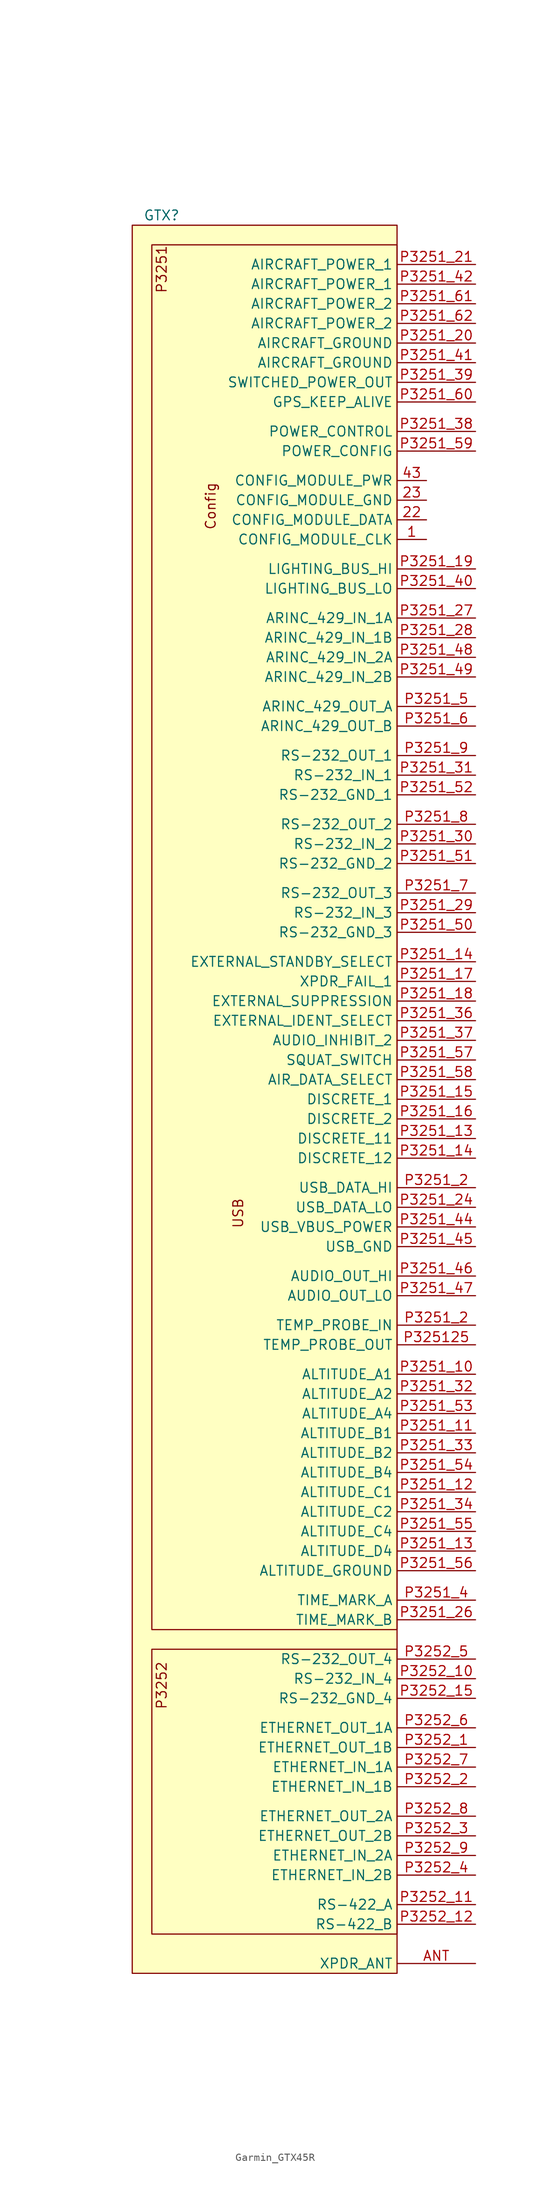
<source format=kicad_sym>
(kicad_symbol_lib
  (version 20241209)
  (generator "kicad_symbol_editor")
  (generator_version "9.0")
  (symbol "Garmin_GTX45R"
    (property "Reference" "GTX"
      (at 3.81 1.27 0)
      (effects (font (size 1.27 1.27))))
    (property "Value" ""
      (at -7.62 0 0)
      (effects (font (size 1.27 1.27))))
    (symbol "Garmin_GTX45R_1_1"
      (rectangle (start 0 0) (end 34.29 -226.06) (stroke (width 0) (type default)) (fill (type background)))
      (rectangle (start 2.54 -2.54) (end 34.29 -181.61) (stroke (width 0) (type default)) (fill (type background)))
      (rectangle (start 2.54 -184.15) (end 34.29 -220.98) (stroke (width 0) (type default)) (fill (type background)))
      (text "P3251" (at 3.81 -2.54 900) (effects (font (size 1.27 1.27)) (justify right)))
      (text "P3252" (at 3.81 -185.674 900) (effects (font (size 1.27 1.27)) (justify right)))
      (text "Config" (at 10.16 -36.322 900) (effects (font (size 1.27 1.27))))
      (text "USB" (at 13.716 -127.762 900) (effects (font (size 1.27 1.27))))
      (pin power_out line (at 38.1 -33.02 180) (length 3.81) (name "CONFIG_MODULE_PWR" (effects (font (size 1.27 1.27)))) (number "43" (effects (font (size 1.27 1.27)))))
      (pin passive line (at 38.1 -35.56 180) (length 3.81) (name "CONFIG_MODULE_GND" (effects (font (size 1.27 1.27)))) (number "23" (effects (font (size 1.27 1.27)))))
      (pin bidirectional line (at 38.1 -38.1 180) (length 3.81) (name "CONFIG_MODULE_DATA" (effects (font (size 1.27 1.27)))) (number "22" (effects (font (size 1.27 1.27)))))
      (pin output line (at 38.1 -40.64 180) (length 3.81) (name "CONFIG_MODULE_CLK" (effects (font (size 1.27 1.27)))) (number "1" (effects (font (size 1.27 1.27)))))
      (pin power_in line (at 44.45 -5.08 180) (length 10.16) (name "AIRCRAFT_POWER_1" (effects (font (size 1.27 1.27)))) (number "P3251_21" (effects (font (size 1.27 1.27)))))
      (pin power_in line (at 44.45 -7.62 180) (length 10.16) (name "AIRCRAFT_POWER_1" (effects (font (size 1.27 1.27)))) (number "P3251_42" (effects (font (size 1.27 1.27)))))
      (pin power_in line (at 44.45 -10.16 180) (length 10.16) (name "AIRCRAFT_POWER_2" (effects (font (size 1.27 1.27)))) (number "P3251_61" (effects (font (size 1.27 1.27)))))
      (pin power_in line (at 44.45 -12.7 180) (length 10.16) (name "AIRCRAFT_POWER_2" (effects (font (size 1.27 1.27)))) (number "P3251_62" (effects (font (size 1.27 1.27)))))
      (pin passive line (at 44.45 -15.24 180) (length 10.16) (name "AIRCRAFT_GROUND" (effects (font (size 1.27 1.27)))) (number "P3251_20" (effects (font (size 1.27 1.27)))))
      (pin passive line (at 44.45 -17.78 180) (length 10.16) (name "AIRCRAFT_GROUND" (effects (font (size 1.27 1.27)))) (number "P3251_41" (effects (font (size 1.27 1.27)))))
      (pin power_out line (at 44.45 -20.32 180) (length 10.16) (name "SWITCHED_POWER_OUT" (effects (font (size 1.27 1.27)))) (number "P3251_39" (effects (font (size 1.27 1.27)))))
      (pin input line (at 44.45 -22.86 180) (length 10.16) (name "GPS_KEEP_ALIVE" (effects (font (size 1.27 1.27)))) (number "P3251_60" (effects (font (size 1.27 1.27)))))
      (pin input line (at 44.45 -26.67 180) (length 10.16) (name "POWER_CONTROL" (effects (font (size 1.27 1.27)))) (number "P3251_38" (effects (font (size 1.27 1.27)))))
      (pin input line (at 44.45 -29.21 180) (length 10.16) (name "POWER_CONFIG" (effects (font (size 1.27 1.27)))) (number "P3251_59" (effects (font (size 1.27 1.27)))))
      (pin input line (at 44.45 -44.45 180) (length 10.16) (name "LIGHTING_BUS_HI" (effects (font (size 1.27 1.27)))) (number "P3251_19" (effects (font (size 1.27 1.27)))))
      (pin passive line (at 44.45 -46.99 180) (length 10.16) (name "LIGHTING_BUS_LO" (effects (font (size 1.27 1.27)))) (number "P3251_40" (effects (font (size 1.27 1.27)))))
      (pin input line (at 44.45 -50.8 180) (length 10.16) (name "ARINC_429_IN_1A" (effects (font (size 1.27 1.27)))) (number "P3251_27" (effects (font (size 1.27 1.27)))))
      (pin input line (at 44.45 -53.34 180) (length 10.16) (name "ARINC_429_IN_1B" (effects (font (size 1.27 1.27)))) (number "P3251_28" (effects (font (size 1.27 1.27)))))
      (pin input line (at 44.45 -55.88 180) (length 10.16) (name "ARINC_429_IN_2A" (effects (font (size 1.27 1.27)))) (number "P3251_48" (effects (font (size 1.27 1.27)))))
      (pin input line (at 44.45 -58.42 180) (length 10.16) (name "ARINC_429_IN_2B" (effects (font (size 1.27 1.27)))) (number "P3251_49" (effects (font (size 1.27 1.27)))))
      (pin output line (at 44.45 -62.23 180) (length 10.16) (name "ARINC_429_OUT_A" (effects (font (size 1.27 1.27)))) (number "P3251_5" (effects (font (size 1.27 1.27)))))
      (pin output line (at 44.45 -64.77 180) (length 10.16) (name "ARINC_429_OUT_B" (effects (font (size 1.27 1.27)))) (number "P3251_6" (effects (font (size 1.27 1.27)))))
      (pin output line (at 44.45 -68.58 180) (length 10.16) (name "RS-232_OUT_1" (effects (font (size 1.27 1.27)))) (number "P3251_9" (effects (font (size 1.27 1.27)))))
      (pin input line (at 44.45 -71.12 180) (length 10.16) (name "RS-232_IN_1" (effects (font (size 1.27 1.27)))) (number "P3251_31" (effects (font (size 1.27 1.27)))))
      (pin passive line (at 44.45 -73.66 180) (length 10.16) (name "RS-232_GND_1" (effects (font (size 1.27 1.27)))) (number "P3251_52" (effects (font (size 1.27 1.27)))))
      (pin output line (at 44.45 -77.47 180) (length 10.16) (name "RS-232_OUT_2" (effects (font (size 1.27 1.27)))) (number "P3251_8" (effects (font (size 1.27 1.27)))))
      (pin input line (at 44.45 -80.01 180) (length 10.16) (name "RS-232_IN_2" (effects (font (size 1.27 1.27)))) (number "P3251_30" (effects (font (size 1.27 1.27)))))
      (pin passive line (at 44.45 -82.55 180) (length 10.16) (name "RS-232_GND_2" (effects (font (size 1.27 1.27)))) (number "P3251_51" (effects (font (size 1.27 1.27)))))
      (pin output line (at 44.45 -86.36 180) (length 10.16) (name "RS-232_OUT_3" (effects (font (size 1.27 1.27)))) (number "P3251_7" (effects (font (size 1.27 1.27)))))
      (pin input line (at 44.45 -88.9 180) (length 10.16) (name "RS-232_IN_3" (effects (font (size 1.27 1.27)))) (number "P3251_29" (effects (font (size 1.27 1.27)))))
      (pin passive line (at 44.45 -91.44 180) (length 10.16) (name "RS-232_GND_3" (effects (font (size 1.27 1.27)))) (number "P3251_50" (effects (font (size 1.27 1.27)))))
      (pin input line (at 44.45 -95.25 180) (length 10.16) (name "EXTERNAL_STANDBY_SELECT" (effects (font (size 1.27 1.27)))) (number "P3251_14" (effects (font (size 1.27 1.27)))))
      (pin output line (at 44.45 -97.79 180) (length 10.16) (name "XPDR_FAIL_1" (effects (font (size 1.27 1.27)))) (number "P3251_17" (effects (font (size 1.27 1.27)))))
      (pin bidirectional line (at 44.45 -100.33 180) (length 10.16) (name "EXTERNAL_SUPPRESSION" (effects (font (size 1.27 1.27)))) (number "P3251_18" (effects (font (size 1.27 1.27)))))
      (pin input line (at 44.45 -102.87 180) (length 10.16) (name "EXTERNAL_IDENT_SELECT" (effects (font (size 1.27 1.27)))) (number "P3251_36" (effects (font (size 1.27 1.27)))))
      (pin input line (at 44.45 -105.41 180) (length 10.16) (name "AUDIO_INHIBIT_2" (effects (font (size 1.27 1.27)))) (number "P3251_37" (effects (font (size 1.27 1.27)))))
      (pin input line (at 44.45 -107.95 180) (length 10.16) (name "SQUAT_SWITCH" (effects (font (size 1.27 1.27)))) (number "P3251_57" (effects (font (size 1.27 1.27)))))
      (pin input line (at 44.45 -110.49 180) (length 10.16) (name "AIR_DATA_SELECT" (effects (font (size 1.27 1.27)))) (number "P3251_58" (effects (font (size 1.27 1.27)))))
      (pin bidirectional line (at 44.45 -113.03 180) (length 10.16) (name "DISCRETE_1" (effects (font (size 1.27 1.27)))) (number "P3251_15" (effects (font (size 1.27 1.27)))))
      (pin bidirectional line (at 44.45 -115.57 180) (length 10.16) (name "DISCRETE_2" (effects (font (size 1.27 1.27)))) (number "P3251_16" (effects (font (size 1.27 1.27)))))
      (pin bidirectional line (at 44.45 -118.11 180) (length 10.16) (name "DISCRETE_11" (effects (font (size 1.27 1.27)))) (number "P3251_13" (effects (font (size 1.27 1.27)))))
      (pin bidirectional line (at 44.45 -120.65 180) (length 10.16) (name "DISCRETE_12" (effects (font (size 1.27 1.27)))) (number "P3251_14" (effects (font (size 1.27 1.27)))))
      (pin bidirectional line (at 44.45 -124.46 180) (length 10.16) (name "USB_DATA_HI" (effects (font (size 1.27 1.27)))) (number "P3251_2" (effects (font (size 1.27 1.27)))))
      (pin bidirectional line (at 44.45 -127 180) (length 10.16) (name "USB_DATA_LO" (effects (font (size 1.27 1.27)))) (number "P3251_24" (effects (font (size 1.27 1.27)))))
      (pin power_in line (at 44.45 -129.54 180) (length 10.16) (name "USB_VBUS_POWER" (effects (font (size 1.27 1.27)))) (number "P3251_44" (effects (font (size 1.27 1.27)))))
      (pin passive line (at 44.45 -132.08 180) (length 10.16) (name "USB_GND" (effects (font (size 1.27 1.27)))) (number "P3251_45" (effects (font (size 1.27 1.27)))))
      (pin output line (at 44.45 -135.89 180) (length 10.16) (name "AUDIO_OUT_HI" (effects (font (size 1.27 1.27)))) (number "P3251_46" (effects (font (size 1.27 1.27)))))
      (pin passive line (at 44.45 -138.43 180) (length 10.16) (name "AUDIO_OUT_LO" (effects (font (size 1.27 1.27)))) (number "P3251_47" (effects (font (size 1.27 1.27)))))
      (pin input line (at 44.45 -142.24 180) (length 10.16) (name "TEMP_PROBE_IN" (effects (font (size 1.27 1.27)))) (number "P3251_2" (effects (font (size 1.27 1.27)))))
      (pin output line (at 44.45 -144.78 180) (length 10.16) (name "TEMP_PROBE_OUT" (effects (font (size 1.27 1.27)))) (number "P325125" (effects (font (size 1.27 1.27)))))
      (pin input line (at 44.45 -148.59 180) (length 10.16) (name "ALTITUDE_A1" (effects (font (size 1.27 1.27)))) (number "P3251_10" (effects (font (size 1.27 1.27)))))
      (pin input line (at 44.45 -151.13 180) (length 10.16) (name "ALTITUDE_A2" (effects (font (size 1.27 1.27)))) (number "P3251_32" (effects (font (size 1.27 1.27)))))
      (pin input line (at 44.45 -153.67 180) (length 10.16) (name "ALTITUDE_A4" (effects (font (size 1.27 1.27)))) (number "P3251_53" (effects (font (size 1.27 1.27)))))
      (pin input line (at 44.45 -156.21 180) (length 10.16) (name "ALTITUDE_B1" (effects (font (size 1.27 1.27)))) (number "P3251_11" (effects (font (size 1.27 1.27)))))
      (pin input line (at 44.45 -158.75 180) (length 10.16) (name "ALTITUDE_B2" (effects (font (size 1.27 1.27)))) (number "P3251_33" (effects (font (size 1.27 1.27)))))
      (pin input line (at 44.45 -161.29 180) (length 10.16) (name "ALTITUDE_B4" (effects (font (size 1.27 1.27)))) (number "P3251_54" (effects (font (size 1.27 1.27)))))
      (pin input line (at 44.45 -163.83 180) (length 10.16) (name "ALTITUDE_C1" (effects (font (size 1.27 1.27)))) (number "P3251_12" (effects (font (size 1.27 1.27)))))
      (pin input line (at 44.45 -166.37 180) (length 10.16) (name "ALTITUDE_C2" (effects (font (size 1.27 1.27)))) (number "P3251_34" (effects (font (size 1.27 1.27)))))
      (pin input line (at 44.45 -168.91 180) (length 10.16) (name "ALTITUDE_C4" (effects (font (size 1.27 1.27)))) (number "P3251_55" (effects (font (size 1.27 1.27)))))
      (pin input line (at 44.45 -171.45 180) (length 10.16) (name "ALTITUDE_D4" (effects (font (size 1.27 1.27)))) (number "P3251_13" (effects (font (size 1.27 1.27)))))
      (pin passive line (at 44.45 -173.99 180) (length 10.16) (name "ALTITUDE_GROUND" (effects (font (size 1.27 1.27)))) (number "P3251_56" (effects (font (size 1.27 1.27)))))
      (pin output line (at 44.45 -177.8 180) (length 10.16) (name "TIME_MARK_A" (effects (font (size 1.27 1.27)))) (number "P3251_4" (effects (font (size 1.27 1.27)))))
      (pin output line (at 44.45 -180.34 180) (length 10.16) (name "TIME_MARK_B" (effects (font (size 1.27 1.27)))) (number "P3251_26" (effects (font (size 1.27 1.27)))))
      (pin output line (at 44.45 -185.42 180) (length 10.16) (name "RS-232_OUT_4" (effects (font (size 1.27 1.27)))) (number "P3252_5" (effects (font (size 1.27 1.27)))))
      (pin input line (at 44.45 -187.96 180) (length 10.16) (name "RS-232_IN_4" (effects (font (size 1.27 1.27)))) (number "P3252_10" (effects (font (size 1.27 1.27)))))
      (pin passive line (at 44.45 -190.5 180) (length 10.16) (name "RS-232_GND_4" (effects (font (size 1.27 1.27)))) (number "P3252_15" (effects (font (size 1.27 1.27)))))
      (pin output line (at 44.45 -194.31 180) (length 10.16) (name "ETHERNET_OUT_1A" (effects (font (size 1.27 1.27)))) (number "P3252_6" (effects (font (size 1.27 1.27)))))
      (pin output line (at 44.45 -196.85 180) (length 10.16) (name "ETHERNET_OUT_1B" (effects (font (size 1.27 1.27)))) (number "P3252_1" (effects (font (size 1.27 1.27)))))
      (pin input line (at 44.45 -199.39 180) (length 10.16) (name "ETHERNET_IN_1A" (effects (font (size 1.27 1.27)))) (number "P3252_7" (effects (font (size 1.27 1.27)))))
      (pin input line (at 44.45 -201.93 180) (length 10.16) (name "ETHERNET_IN_1B" (effects (font (size 1.27 1.27)))) (number "P3252_2" (effects (font (size 1.27 1.27)))))
      (pin output line (at 44.45 -205.74 180) (length 10.16) (name "ETHERNET_OUT_2A" (effects (font (size 1.27 1.27)))) (number "P3252_8" (effects (font (size 1.27 1.27)))))
      (pin output line (at 44.45 -208.28 180) (length 10.16) (name "ETHERNET_OUT_2B" (effects (font (size 1.27 1.27)))) (number "P3252_3" (effects (font (size 1.27 1.27)))))
      (pin input line (at 44.45 -210.82 180) (length 10.16) (name "ETHERNET_IN_2A" (effects (font (size 1.27 1.27)))) (number "P3252_9" (effects (font (size 1.27 1.27)))))
      (pin input line (at 44.45 -213.36 180) (length 10.16) (name "ETHERNET_IN_2B" (effects (font (size 1.27 1.27)))) (number "P3252_4" (effects (font (size 1.27 1.27)))))
      (pin output line (at 44.45 -217.17 180) (length 10.16) (name "RS-422_A" (effects (font (size 1.27 1.27)))) (number "P3252_11" (effects (font (size 1.27 1.27)))))
      (pin output line (at 44.45 -219.71 180) (length 10.16) (name "RS-422_B" (effects (font (size 1.27 1.27)))) (number "P3252_12" (effects (font (size 1.27 1.27)))))
      (pin input line (at 44.45 -224.79 180) (length 10.16) (name "XPDR_ANT" (effects (font (size 1.27 1.27)))) (number "ANT" (effects (font (size 1.27 1.27))))))))
</source>
